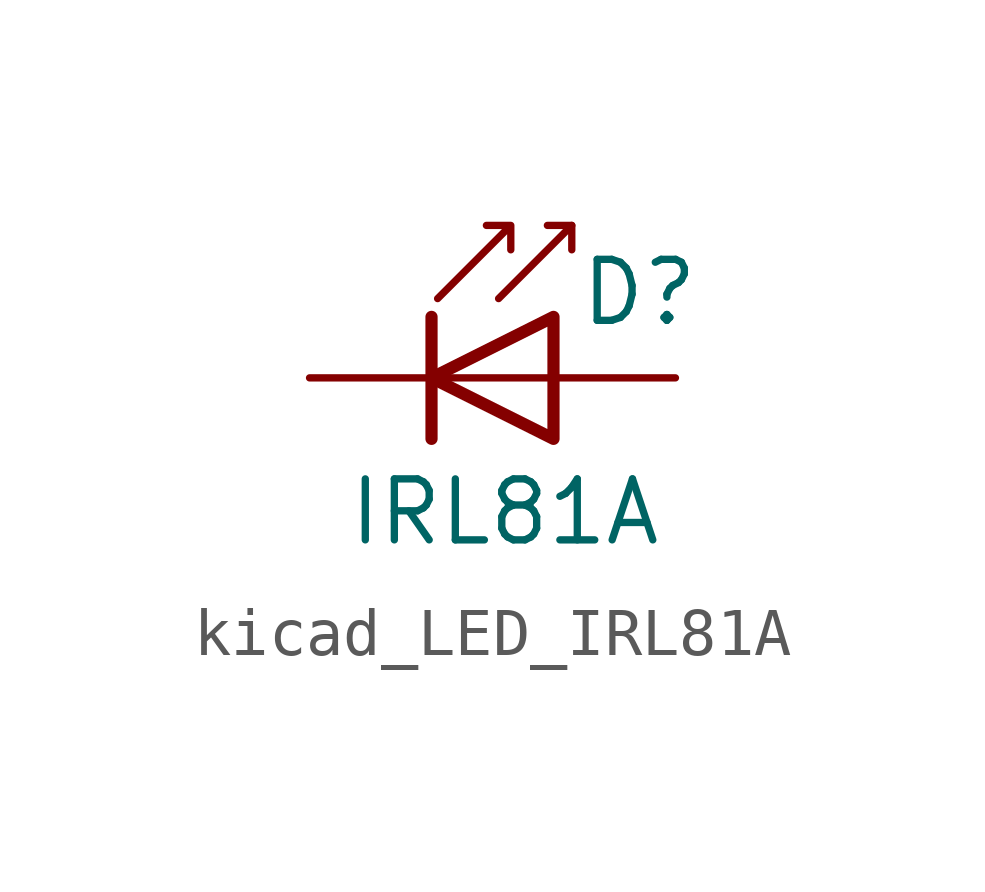
<source format=kicad_sym>
(kicad_symbol_lib
  (version 20220914)
  (generator kicad_symbol_editor)
  (symbol "kicad_LED_IRL81A"
    (pin_numbers hide)
    (pin_names
      (offset 1.016) hide)
    (property "Reference" "D"
      (at 0.508 1.778 0)
      (effects (font (size 1.27 1.27)) (justify left)))
    (property "Value" "IRL81A"
      (at -1.016 -2.794 0)
      (effects (font (size 1.27 1.27))))
    (symbol "kicad_LED_IRL81A_0_1"
      (polyline (pts (xy -2.54 0) (xy 0 0)) (stroke (width 0) (type default)) (fill (type none)))
      (polyline (pts (xy -2.54 1.27) (xy -2.54 -1.27)) (stroke (width 0.254) (type default)) (fill (type none)))
      (polyline (pts (xy 0.381 3.175) (xy -0.127 3.175)) (stroke (width 0) (type default)) (fill (type none)))
      (polyline (pts (xy -1.143 1.651) (xy 0.381 3.175) (xy 0.381 2.667)) (stroke (width 0) (type default)) (fill (type none)))
      (polyline (pts (xy 0 -1.27) (xy 0 1.27) (xy -2.54 0) (xy 0 -1.27)) (stroke (width 0.254) (type default)) (fill (type none)))
      (polyline (pts (xy -2.413 1.651) (xy -0.889 3.175) (xy -0.889 2.667) (xy -0.889 3.175) (xy -1.397 3.175)) (stroke (width 0) (type default)) (fill (type none))))
    (symbol "kicad_LED_IRL81A_1_1"
      (pin passive line (at -5.08 0 0) (length 2.54) (name "K" (effects (font (size 1.27 1.27)))) (number "1" (effects (font (size 1.27 1.27)))))
      (pin passive line (at 2.54 0 180) (length 2.54) (name "A" (effects (font (size 1.27 1.27)))) (number "2" (effects (font (size 1.27 1.27))))))))
</source>
